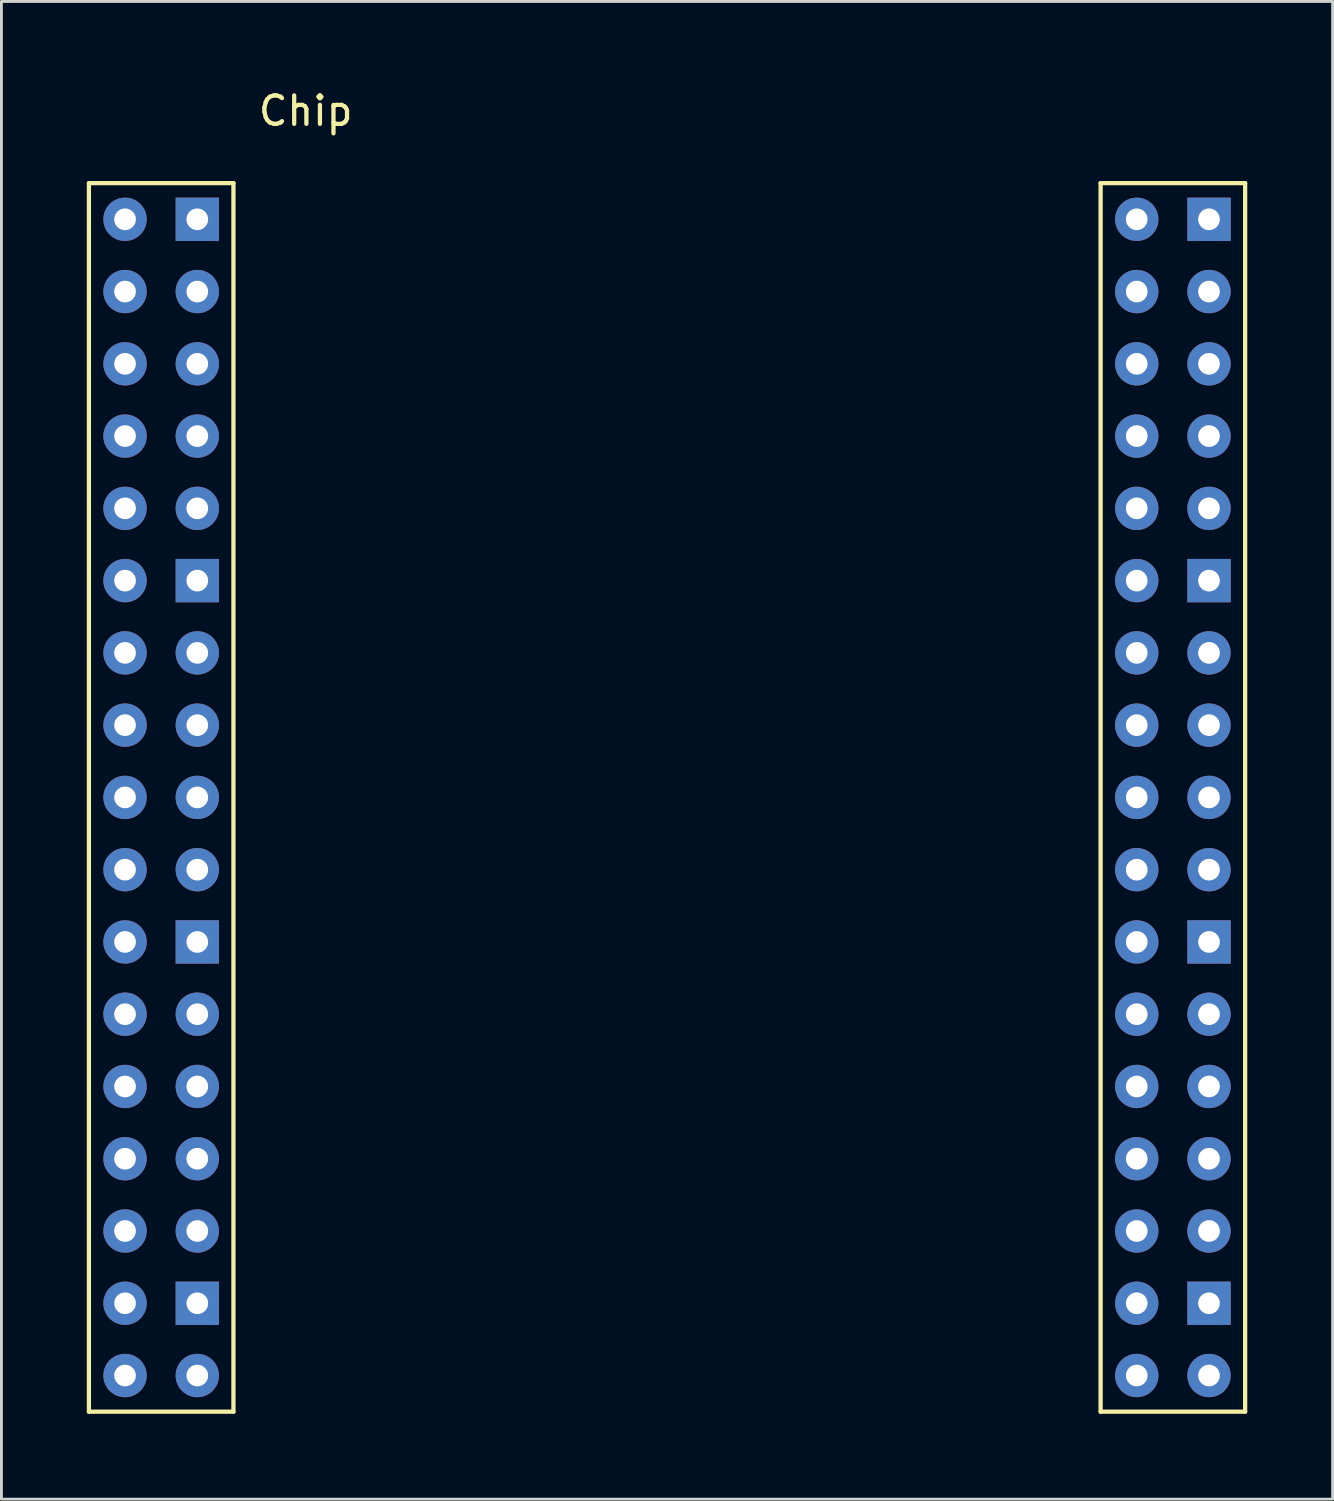
<source format=kicad_pcb>
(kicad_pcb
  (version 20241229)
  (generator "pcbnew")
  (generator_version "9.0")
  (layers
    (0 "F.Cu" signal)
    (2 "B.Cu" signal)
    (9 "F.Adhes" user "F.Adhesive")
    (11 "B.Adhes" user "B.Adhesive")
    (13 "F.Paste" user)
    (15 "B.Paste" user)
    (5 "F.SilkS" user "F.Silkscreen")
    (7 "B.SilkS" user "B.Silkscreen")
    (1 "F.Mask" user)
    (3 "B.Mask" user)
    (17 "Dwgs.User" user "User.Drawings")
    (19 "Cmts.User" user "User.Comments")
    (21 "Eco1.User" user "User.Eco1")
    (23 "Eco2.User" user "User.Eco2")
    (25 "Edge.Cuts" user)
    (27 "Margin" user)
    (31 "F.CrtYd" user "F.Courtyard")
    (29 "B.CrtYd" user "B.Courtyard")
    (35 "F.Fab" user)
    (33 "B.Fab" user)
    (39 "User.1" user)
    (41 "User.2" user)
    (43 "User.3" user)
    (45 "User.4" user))
  (footprint "Chip"
    (layer "F.Cu")
    (at 20.395 28.788)
    (property "Reference" "Chip" (at -12.7 -27.94 0) (layer "F.SilkS") (effects (font (size 1 1) (thickness 0.15))))
    (attr through_hole)
    (fp_line (start -20.32 -25.4) (end -15.24 -25.4) (stroke (width 0.15) (type solid)) (layer "F.SilkS"))
    (fp_line (start -20.32 17.78) (end -20.32 -25.4) (stroke (width 0.15) (type solid)) (layer "F.SilkS"))
    (fp_line (start -15.24 -25.4) (end -15.24 17.78) (stroke (width 0.15) (type solid)) (layer "F.SilkS"))
    (fp_line (start -15.24 17.78) (end -20.32 17.78) (stroke (width 0.15) (type solid)) (layer "F.SilkS"))
    (fp_line (start 15.24 -25.4) (end 20.32 -25.4) (stroke (width 0.15) (type solid)) (layer "F.SilkS"))
    (fp_line (start 15.24 17.78) (end 15.24 -25.4) (stroke (width 0.15) (type solid)) (layer "F.SilkS"))
    (fp_line (start 20.32 -25.4) (end 20.32 17.78) (stroke (width 0.15) (type solid)) (layer "F.SilkS"))
    (fp_line (start 20.32 17.78) (end 15.24 17.78) (stroke (width 0.15) (type solid)) (layer "F.SilkS"))
    (pad "1" thru_hole rect (at 19.05 -24.13) (size 1.524 1.524) (drill 0.762) (layers "*.Cu" "*.Mask"))
    (pad "2" thru_hole circle (at 16.51 -24.13) (size 1.524 1.524) (drill 0.762) (layers "*.Cu" "*.Mask"))
    (pad "3" thru_hole circle (at 19.05 -21.59) (size 1.524 1.524) (drill 0.762) (layers "*.Cu" "*.Mask"))
    (pad "4" thru_hole circle (at 16.51 -21.59) (size 1.524 1.524) (drill 0.762) (layers "*.Cu" "*.Mask"))
    (pad "5" thru_hole circle (at 19.05 -19.05) (size 1.524 1.524) (drill 0.762) (layers "*.Cu" "*.Mask"))
    (pad "6" thru_hole circle (at 16.51 -19.05) (size 1.524 1.524) (drill 0.762) (layers "*.Cu" "*.Mask"))
    (pad "7" thru_hole circle (at 19.05 -16.51) (size 1.524 1.524) (drill 0.762) (layers "*.Cu" "*.Mask"))
    (pad "8" thru_hole circle (at 16.51 -16.51) (size 1.524 1.524) (drill 0.762) (layers "*.Cu" "*.Mask"))
    (pad "9" thru_hole circle (at 19.05 -13.97) (size 1.524 1.524) (drill 0.762) (layers "*.Cu" "*.Mask"))
    (pad "10" thru_hole circle (at 16.51 -13.97) (size 1.524 1.524) (drill 0.762) (layers "*.Cu" "*.Mask"))
    (pad "11" thru_hole rect (at 19.05 -11.43) (size 1.524 1.524) (drill 0.762) (layers "*.Cu" "*.Mask"))
    (pad "12" thru_hole circle (at 16.51 -11.43) (size 1.524 1.524) (drill 0.762) (layers "*.Cu" "*.Mask"))
    (pad "13" thru_hole circle (at 19.05 -8.89) (size 1.524 1.524) (drill 0.762) (layers "*.Cu" "*.Mask"))
    (pad "14" thru_hole circle (at 16.51 -8.89) (size 1.524 1.524) (drill 0.762) (layers "*.Cu" "*.Mask"))
    (pad "15" thru_hole circle (at 19.05 -6.35) (size 1.524 1.524) (drill 0.762) (layers "*.Cu" "*.Mask"))
    (pad "16" thru_hole circle (at 16.51 -6.35) (size 1.524 1.524) (drill 0.762) (layers "*.Cu" "*.Mask"))
    (pad "17" thru_hole circle (at 19.05 -3.81) (size 1.524 1.524) (drill 0.762) (layers "*.Cu" "*.Mask"))
    (pad "18" thru_hole circle (at 16.51 -3.81) (size 1.524 1.524) (drill 0.762) (layers "*.Cu" "*.Mask"))
    (pad "19" thru_hole circle (at 19.05 -1.27) (size 1.524 1.524) (drill 0.762) (layers "*.Cu" "*.Mask"))
    (pad "20" thru_hole circle (at 16.51 -1.27) (size 1.524 1.524) (drill 0.762) (layers "*.Cu" "*.Mask"))
    (pad "21" thru_hole rect (at 19.05 1.27) (size 1.524 1.524) (drill 0.762) (layers "*.Cu" "*.Mask"))
    (pad "22" thru_hole circle (at 16.51 1.27) (size 1.524 1.524) (drill 0.762) (layers "*.Cu" "*.Mask"))
    (pad "23" thru_hole circle (at 19.05 3.81) (size 1.524 1.524) (drill 0.762) (layers "*.Cu" "*.Mask"))
    (pad "24" thru_hole circle (at 16.51 3.81) (size 1.524 1.524) (drill 0.762) (layers "*.Cu" "*.Mask"))
    (pad "25" thru_hole circle (at 19.05 6.35) (size 1.524 1.524) (drill 0.762) (layers "*.Cu" "*.Mask"))
    (pad "26" thru_hole circle (at 16.51 6.35) (size 1.524 1.524) (drill 0.762) (layers "*.Cu" "*.Mask"))
    (pad "27" thru_hole circle (at 19.05 8.89) (size 1.524 1.524) (drill 0.762) (layers "*.Cu" "*.Mask"))
    (pad "28" thru_hole circle (at 16.51 8.89) (size 1.524 1.524) (drill 0.762) (layers "*.Cu" "*.Mask"))
    (pad "29" thru_hole circle (at 19.05 11.43) (size 1.524 1.524) (drill 0.762) (layers "*.Cu" "*.Mask"))
    (pad "30" thru_hole circle (at 16.51 11.43) (size 1.524 1.524) (drill 0.762) (layers "*.Cu" "*.Mask"))
    (pad "31" thru_hole rect (at 19.05 13.97) (size 1.524 1.524) (drill 0.762) (layers "*.Cu" "*.Mask"))
    (pad "32" thru_hole circle (at 16.51 13.97) (size 1.524 1.524) (drill 0.762) (layers "*.Cu" "*.Mask"))
    (pad "33" thru_hole circle (at 19.05 16.51) (size 1.524 1.524) (drill 0.762) (layers "*.Cu" "*.Mask"))
    (pad "34" thru_hole circle (at 16.51 16.51) (size 1.524 1.524) (drill 0.762) (layers "*.Cu" "*.Mask"))
    (pad "101" thru_hole rect (at -16.51 -24.13) (size 1.524 1.524) (drill 0.762) (layers "*.Cu" "*.Mask"))
    (pad "102" thru_hole circle (at -19.05 -24.13) (size 1.524 1.524) (drill 0.762) (layers "*.Cu" "*.Mask"))
    (pad "103" thru_hole circle (at -16.51 -21.59) (size 1.524 1.524) (drill 0.762) (layers "*.Cu" "*.Mask"))
    (pad "104" thru_hole circle (at -19.05 -21.59) (size 1.524 1.524) (drill 0.762) (layers "*.Cu" "*.Mask"))
    (pad "105" thru_hole circle (at -16.51 -19.05) (size 1.524 1.524) (drill 0.762) (layers "*.Cu" "*.Mask"))
    (pad "106" thru_hole circle (at -19.05 -19.05) (size 1.524 1.524) (drill 0.762) (layers "*.Cu" "*.Mask"))
    (pad "107" thru_hole circle (at -16.51 -16.51) (size 1.524 1.524) (drill 0.762) (layers "*.Cu" "*.Mask"))
    (pad "108" thru_hole circle (at -19.05 -16.51) (size 1.524 1.524) (drill 0.762) (layers "*.Cu" "*.Mask"))
    (pad "109" thru_hole circle (at -16.51 -13.97) (size 1.524 1.524) (drill 0.762) (layers "*.Cu" "*.Mask"))
    (pad "110" thru_hole circle (at -19.05 -13.97) (size 1.524 1.524) (drill 0.762) (layers "*.Cu" "*.Mask"))
    (pad "111" thru_hole rect (at -16.51 -11.43) (size 1.524 1.524) (drill 0.762) (layers "*.Cu" "*.Mask"))
    (pad "112" thru_hole circle (at -19.05 -11.43) (size 1.524 1.524) (drill 0.762) (layers "*.Cu" "*.Mask"))
    (pad "113" thru_hole circle (at -16.51 -8.89) (size 1.524 1.524) (drill 0.762) (layers "*.Cu" "*.Mask"))
    (pad "114" thru_hole circle (at -19.05 -8.89) (size 1.524 1.524) (drill 0.762) (layers "*.Cu" "*.Mask"))
    (pad "115" thru_hole circle (at -16.51 -6.35) (size 1.524 1.524) (drill 0.762) (layers "*.Cu" "*.Mask"))
    (pad "116" thru_hole circle (at -19.05 -6.35) (size 1.524 1.524) (drill 0.762) (layers "*.Cu" "*.Mask"))
    (pad "117" thru_hole circle (at -16.51 -3.81) (size 1.524 1.524) (drill 0.762) (layers "*.Cu" "*.Mask"))
    (pad "118" thru_hole circle (at -19.05 -3.81) (size 1.524 1.524) (drill 0.762) (layers "*.Cu" "*.Mask"))
    (pad "119" thru_hole circle (at -16.51 -1.27) (size 1.524 1.524) (drill 0.762) (layers "*.Cu" "*.Mask"))
    (pad "120" thru_hole circle (at -19.05 -1.27) (size 1.524 1.524) (drill 0.762) (layers "*.Cu" "*.Mask"))
    (pad "121" thru_hole rect (at -16.51 1.27) (size 1.524 1.524) (drill 0.762) (layers "*.Cu" "*.Mask"))
    (pad "122" thru_hole circle (at -19.05 1.27) (size 1.524 1.524) (drill 0.762) (layers "*.Cu" "*.Mask"))
    (pad "123" thru_hole circle (at -16.51 3.81) (size 1.524 1.524) (drill 0.762) (layers "*.Cu" "*.Mask"))
    (pad "124" thru_hole circle (at -19.05 3.81) (size 1.524 1.524) (drill 0.762) (layers "*.Cu" "*.Mask"))
    (pad "125" thru_hole circle (at -16.51 6.35) (size 1.524 1.524) (drill 0.762) (layers "*.Cu" "*.Mask"))
    (pad "126" thru_hole circle (at -19.05 6.35) (size 1.524 1.524) (drill 0.762) (layers "*.Cu" "*.Mask"))
    (pad "127" thru_hole circle (at -16.51 8.89) (size 1.524 1.524) (drill 0.762) (layers "*.Cu" "*.Mask"))
    (pad "128" thru_hole circle (at -19.05 8.89) (size 1.524 1.524) (drill 0.762) (layers "*.Cu" "*.Mask"))
    (pad "129" thru_hole circle (at -16.51 11.43) (size 1.524 1.524) (drill 0.762) (layers "*.Cu" "*.Mask"))
    (pad "130" thru_hole circle (at -19.05 11.43) (size 1.524 1.524) (drill 0.762) (layers "*.Cu" "*.Mask"))
    (pad "131" thru_hole rect (at -16.51 13.97) (size 1.524 1.524) (drill 0.762) (layers "*.Cu" "*.Mask"))
    (pad "132" thru_hole circle (at -19.05 13.97) (size 1.524 1.524) (drill 0.762) (layers "*.Cu" "*.Mask"))
    (pad "133" thru_hole circle (at -16.51 16.51) (size 1.524 1.524) (drill 0.762) (layers "*.Cu" "*.Mask"))
    (pad "134" thru_hole circle (at -19.05 16.51) (size 1.524 1.524) (drill 0.762) (layers "*.Cu" "*.Mask")))
  (gr_rect
    (start -3 -3)
    (end 43.79 49.643)
    (stroke (width 0.1) (type default))
    (fill no)
    (layer "Edge.Cuts")))
</source>
